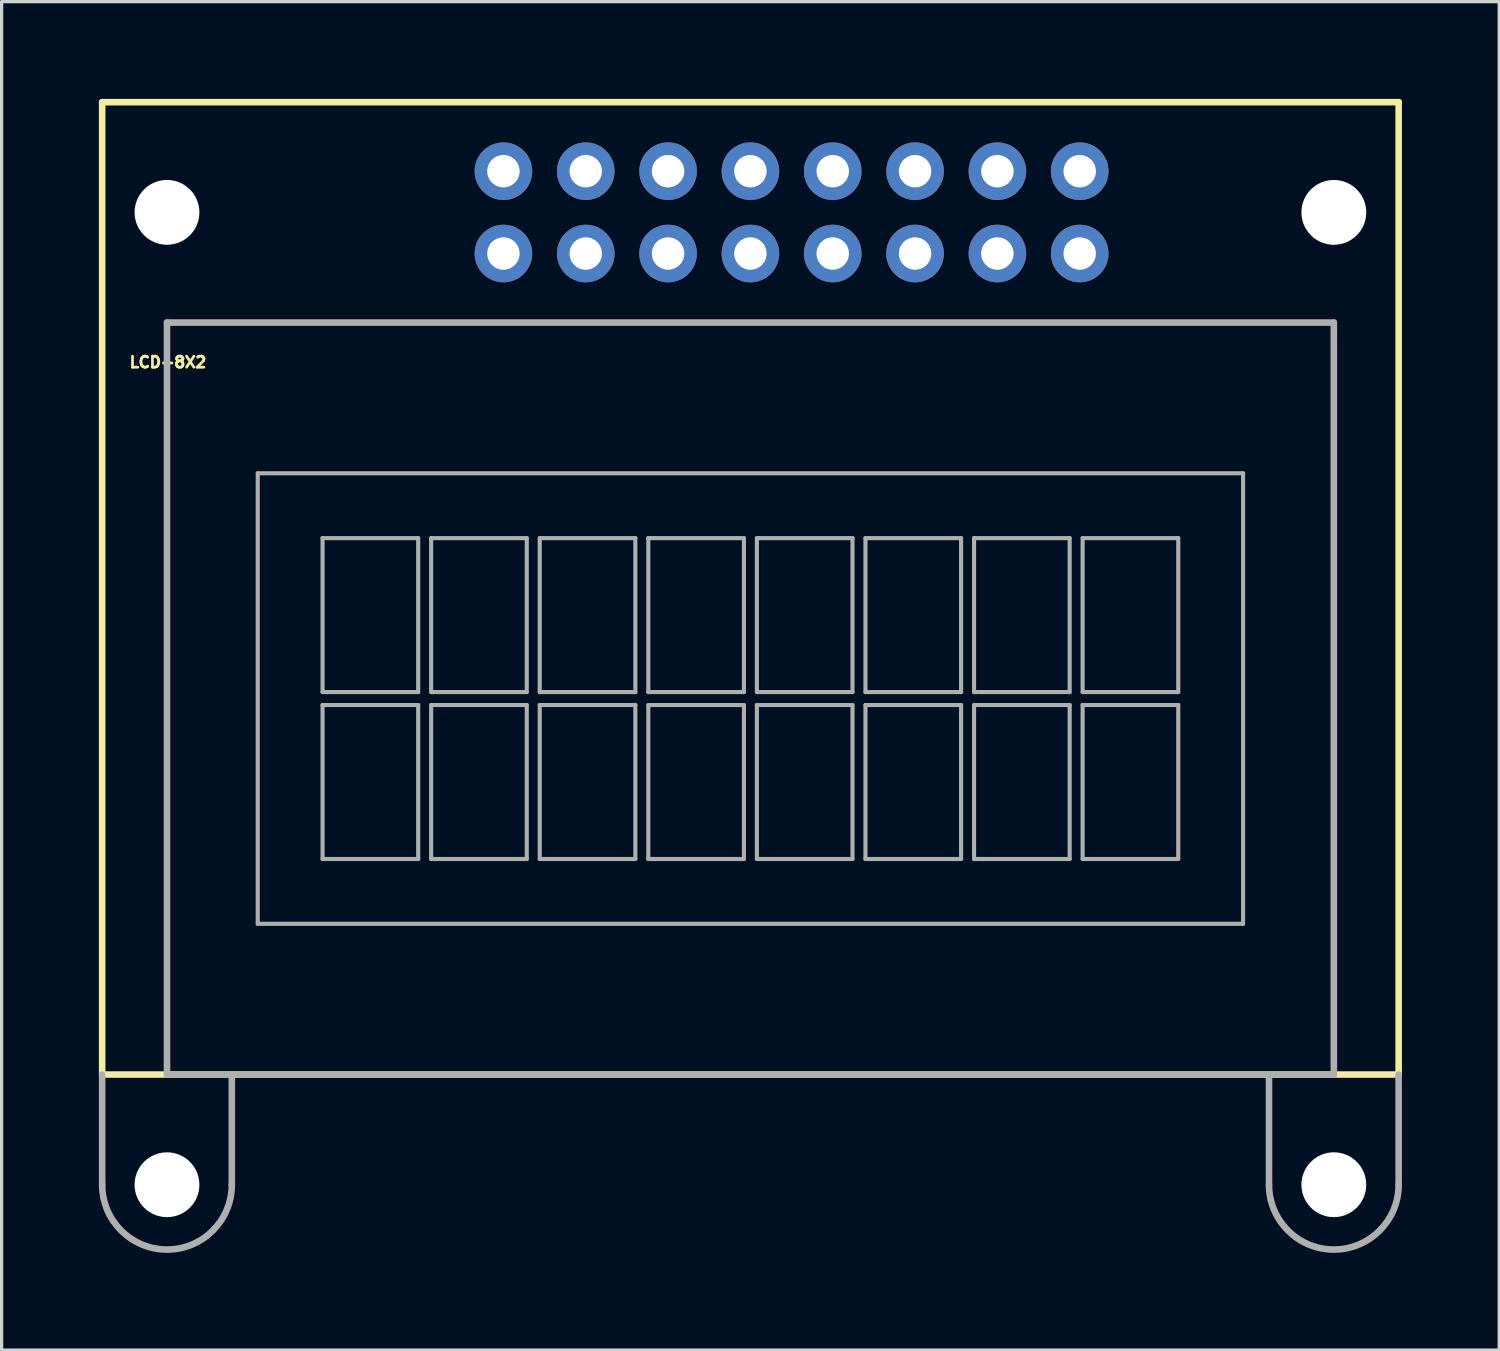
<source format=kicad_pcb>
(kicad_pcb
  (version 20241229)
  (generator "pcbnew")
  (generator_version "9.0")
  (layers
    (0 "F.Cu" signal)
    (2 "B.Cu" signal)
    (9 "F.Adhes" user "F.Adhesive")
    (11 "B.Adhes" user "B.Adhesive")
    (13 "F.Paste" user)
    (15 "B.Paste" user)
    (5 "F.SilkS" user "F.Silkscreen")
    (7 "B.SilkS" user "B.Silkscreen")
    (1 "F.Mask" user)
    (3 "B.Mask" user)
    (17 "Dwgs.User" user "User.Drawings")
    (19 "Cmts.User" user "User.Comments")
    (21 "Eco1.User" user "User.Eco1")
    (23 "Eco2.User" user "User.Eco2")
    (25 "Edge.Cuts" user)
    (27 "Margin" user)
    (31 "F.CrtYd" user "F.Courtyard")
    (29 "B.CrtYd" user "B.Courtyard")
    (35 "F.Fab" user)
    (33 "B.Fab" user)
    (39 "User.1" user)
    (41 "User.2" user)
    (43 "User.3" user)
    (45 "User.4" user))
  (footprint "LCD-8X2"
    (layer "F.Cu")
    (at 20.102 18.502)
    (property "Reference" "LCD-8X2" (at -17.971 -10.376 0) (layer "F.SilkS") (effects (font (size 0.34 0.34) (thickness 0.15))))
    (attr through_hole)
    (fp_line (start -20 -18.4) (end 20 -18.4) (stroke (width 0.203) (type solid)) (layer "F.SilkS"))
    (fp_line (start -20 11.6) (end -20 -18.4) (stroke (width 0.203) (type solid)) (layer "F.SilkS"))
    (fp_line (start 20 -18.4) (end 20 11.6) (stroke (width 0.203) (type solid)) (layer "F.SilkS"))
    (fp_line (start 20 11.6) (end -20 11.6) (stroke (width 0.203) (type solid)) (layer "F.SilkS"))
    (fp_line (start -20 15) (end -20 11.6) (stroke (width 0.203) (type solid)) (layer "F.Fab"))
    (fp_line (start -18 -11.6) (end -18 11.6) (stroke (width 0.203) (type solid)) (layer "F.Fab"))
    (fp_line (start -18 -11.6) (end 18 -11.6) (stroke (width 0.203) (type solid)) (layer "F.Fab"))
    (fp_line (start -18 11.6) (end 18 11.6) (stroke (width 0.203) (type solid)) (layer "F.Fab"))
    (fp_line (start -16 15) (end -16 11.6) (stroke (width 0.203) (type solid)) (layer "F.Fab"))
    (fp_line (start -15.2 -6.95) (end -15.2 6.95) (stroke (width 0.127) (type solid)) (layer "F.Fab"))
    (fp_line (start -15.2 6.95) (end 15.2 6.95) (stroke (width 0.127) (type solid)) (layer "F.Fab"))
    (fp_line (start -13.2 -4.95) (end -10.25 -4.95) (stroke (width 0.127) (type solid)) (layer "F.Fab"))
    (fp_line (start -13.2 -0.2) (end -13.2 -4.95) (stroke (width 0.127) (type solid)) (layer "F.Fab"))
    (fp_line (start -13.2 0.2) (end -13.2 4.95) (stroke (width 0.127) (type solid)) (layer "F.Fab"))
    (fp_line (start -13.2 4.95) (end -10.25 4.95) (stroke (width 0.127) (type solid)) (layer "F.Fab"))
    (fp_line (start -10.25 -4.95) (end -10.25 -0.2) (stroke (width 0.127) (type solid)) (layer "F.Fab"))
    (fp_line (start -10.25 -0.2) (end -13.2 -0.2) (stroke (width 0.127) (type solid)) (layer "F.Fab"))
    (fp_line (start -10.25 0.2) (end -13.2 0.2) (stroke (width 0.127) (type solid)) (layer "F.Fab"))
    (fp_line (start -10.25 4.95) (end -10.25 0.2) (stroke (width 0.127) (type solid)) (layer "F.Fab"))
    (fp_line (start -9.85 -4.95) (end -6.9 -4.95) (stroke (width 0.127) (type solid)) (layer "F.Fab"))
    (fp_line (start -9.85 -0.2) (end -9.85 -4.95) (stroke (width 0.127) (type solid)) (layer "F.Fab"))
    (fp_line (start -9.85 0.2) (end -9.85 4.95) (stroke (width 0.127) (type solid)) (layer "F.Fab"))
    (fp_line (start -9.85 4.95) (end -6.9 4.95) (stroke (width 0.127) (type solid)) (layer "F.Fab"))
    (fp_line (start -6.9 -4.95) (end -6.9 -0.2) (stroke (width 0.127) (type solid)) (layer "F.Fab"))
    (fp_line (start -6.9 -0.2) (end -9.85 -0.2) (stroke (width 0.127) (type solid)) (layer "F.Fab"))
    (fp_line (start -6.9 0.2) (end -9.85 0.2) (stroke (width 0.127) (type solid)) (layer "F.Fab"))
    (fp_line (start -6.9 4.95) (end -6.9 0.2) (stroke (width 0.127) (type solid)) (layer "F.Fab"))
    (fp_line (start -6.5 -4.95) (end -3.55 -4.95) (stroke (width 0.127) (type solid)) (layer "F.Fab"))
    (fp_line (start -6.5 -0.2) (end -6.5 -4.95) (stroke (width 0.127) (type solid)) (layer "F.Fab"))
    (fp_line (start -6.5 0.2) (end -6.5 4.95) (stroke (width 0.127) (type solid)) (layer "F.Fab"))
    (fp_line (start -6.5 4.95) (end -3.55 4.95) (stroke (width 0.127) (type solid)) (layer "F.Fab"))
    (fp_line (start -3.55 -4.95) (end -3.55 -0.2) (stroke (width 0.127) (type solid)) (layer "F.Fab"))
    (fp_line (start -3.55 -0.2) (end -6.5 -0.2) (stroke (width 0.127) (type solid)) (layer "F.Fab"))
    (fp_line (start -3.55 0.2) (end -6.5 0.2) (stroke (width 0.127) (type solid)) (layer "F.Fab"))
    (fp_line (start -3.55 4.95) (end -3.55 0.2) (stroke (width 0.127) (type solid)) (layer "F.Fab"))
    (fp_line (start -3.15 -4.95) (end -0.2 -4.95) (stroke (width 0.127) (type solid)) (layer "F.Fab"))
    (fp_line (start -3.15 -0.2) (end -3.15 -4.95) (stroke (width 0.127) (type solid)) (layer "F.Fab"))
    (fp_line (start -3.15 0.2) (end -3.15 4.95) (stroke (width 0.127) (type solid)) (layer "F.Fab"))
    (fp_line (start -3.15 4.95) (end -0.2 4.95) (stroke (width 0.127) (type solid)) (layer "F.Fab"))
    (fp_line (start -0.2 -4.95) (end -0.2 -0.2) (stroke (width 0.127) (type solid)) (layer "F.Fab"))
    (fp_line (start -0.2 -0.2) (end -3.15 -0.2) (stroke (width 0.127) (type solid)) (layer "F.Fab"))
    (fp_line (start -0.2 0.2) (end -3.15 0.2) (stroke (width 0.127) (type solid)) (layer "F.Fab"))
    (fp_line (start -0.2 4.95) (end -0.2 0.2) (stroke (width 0.127) (type solid)) (layer "F.Fab"))
    (fp_line (start 0.2 -4.95) (end 3.15 -4.95) (stroke (width 0.127) (type solid)) (layer "F.Fab"))
    (fp_line (start 0.2 -0.2) (end 0.2 -4.95) (stroke (width 0.127) (type solid)) (layer "F.Fab"))
    (fp_line (start 0.2 0.2) (end 0.2 4.95) (stroke (width 0.127) (type solid)) (layer "F.Fab"))
    (fp_line (start 0.2 4.95) (end 3.15 4.95) (stroke (width 0.127) (type solid)) (layer "F.Fab"))
    (fp_line (start 3.15 -4.95) (end 3.15 -0.2) (stroke (width 0.127) (type solid)) (layer "F.Fab"))
    (fp_line (start 3.15 -0.2) (end 0.2 -0.2) (stroke (width 0.127) (type solid)) (layer "F.Fab"))
    (fp_line (start 3.15 0.2) (end 0.2 0.2) (stroke (width 0.127) (type solid)) (layer "F.Fab"))
    (fp_line (start 3.15 4.95) (end 3.15 0.2) (stroke (width 0.127) (type solid)) (layer "F.Fab"))
    (fp_line (start 3.55 -4.95) (end 6.5 -4.95) (stroke (width 0.127) (type solid)) (layer "F.Fab"))
    (fp_line (start 3.55 -0.2) (end 3.55 -4.95) (stroke (width 0.127) (type solid)) (layer "F.Fab"))
    (fp_line (start 3.55 0.2) (end 3.55 4.95) (stroke (width 0.127) (type solid)) (layer "F.Fab"))
    (fp_line (start 3.55 4.95) (end 6.5 4.95) (stroke (width 0.127) (type solid)) (layer "F.Fab"))
    (fp_line (start 6.5 -4.95) (end 6.5 -0.2) (stroke (width 0.127) (type solid)) (layer "F.Fab"))
    (fp_line (start 6.5 -0.2) (end 3.55 -0.2) (stroke (width 0.127) (type solid)) (layer "F.Fab"))
    (fp_line (start 6.5 0.2) (end 3.55 0.2) (stroke (width 0.127) (type solid)) (layer "F.Fab"))
    (fp_line (start 6.5 4.95) (end 6.5 0.2) (stroke (width 0.127) (type solid)) (layer "F.Fab"))
    (fp_line (start 6.9 -4.95) (end 9.85 -4.95) (stroke (width 0.127) (type solid)) (layer "F.Fab"))
    (fp_line (start 6.9 -0.2) (end 6.9 -4.95) (stroke (width 0.127) (type solid)) (layer "F.Fab"))
    (fp_line (start 6.9 0.2) (end 6.9 4.95) (stroke (width 0.127) (type solid)) (layer "F.Fab"))
    (fp_line (start 6.9 4.95) (end 9.85 4.95) (stroke (width 0.127) (type solid)) (layer "F.Fab"))
    (fp_line (start 9.85 -4.95) (end 9.85 -0.2) (stroke (width 0.127) (type solid)) (layer "F.Fab"))
    (fp_line (start 9.85 -0.2) (end 6.9 -0.2) (stroke (width 0.127) (type solid)) (layer "F.Fab"))
    (fp_line (start 9.85 0.2) (end 6.9 0.2) (stroke (width 0.127) (type solid)) (layer "F.Fab"))
    (fp_line (start 9.85 4.95) (end 9.85 0.2) (stroke (width 0.127) (type solid)) (layer "F.Fab"))
    (fp_line (start 10.25 -4.95) (end 13.2 -4.95) (stroke (width 0.127) (type solid)) (layer "F.Fab"))
    (fp_line (start 10.25 -0.2) (end 10.25 -4.95) (stroke (width 0.127) (type solid)) (layer "F.Fab"))
    (fp_line (start 10.25 0.2) (end 10.25 4.95) (stroke (width 0.127) (type solid)) (layer "F.Fab"))
    (fp_line (start 10.25 4.95) (end 13.2 4.95) (stroke (width 0.127) (type solid)) (layer "F.Fab"))
    (fp_line (start 13.2 -4.95) (end 13.2 -0.2) (stroke (width 0.127) (type solid)) (layer "F.Fab"))
    (fp_line (start 13.2 -0.2) (end 10.25 -0.2) (stroke (width 0.127) (type solid)) (layer "F.Fab"))
    (fp_line (start 13.2 0.2) (end 10.25 0.2) (stroke (width 0.127) (type solid)) (layer "F.Fab"))
    (fp_line (start 13.2 4.95) (end 13.2 0.2) (stroke (width 0.127) (type solid)) (layer "F.Fab"))
    (fp_line (start 15.2 -6.95) (end -15.2 -6.95) (stroke (width 0.127) (type solid)) (layer "F.Fab"))
    (fp_line (start 15.2 6.95) (end 15.2 -6.95) (stroke (width 0.127) (type solid)) (layer "F.Fab"))
    (fp_line (start 16 15) (end 16 11.6) (stroke (width 0.203) (type solid)) (layer "F.Fab"))
    (fp_line (start 18 -11.6) (end 18 11.6) (stroke (width 0.203) (type solid)) (layer "F.Fab"))
    (fp_line (start 20 15) (end 20 11.6) (stroke (width 0.203) (type solid)) (layer "F.Fab"))
    (fp_arc (start -16 15) (mid -18 17) (end -20 15) (stroke (width 0.2032) (type solid)) (layer "F.Fab"))
    (fp_arc (start 20 15) (mid 18 17) (end 16 15) (stroke (width 0.2032) (type solid)) (layer "F.Fab"))
    (pad "" np_thru_hole circle (at -18 -15) (size 2 2) (drill 2) (layers "*.Cu" "*.Mask"))
    (pad "" np_thru_hole circle (at -18 15) (size 2 2) (drill 2) (layers "*.Cu" "*.Mask"))
    (pad "" np_thru_hole circle (at 18 -15) (size 2 2) (drill 2) (layers "*.Cu" "*.Mask"))
    (pad "" np_thru_hole circle (at 18 15) (size 2 2) (drill 2) (layers "*.Cu" "*.Mask"))
    (pad "1" thru_hole circle (at -7.62 -13.73) (size 1.778 1.778) (drill 1) (layers "*.Cu" "*.Mask"))
    (pad "2" thru_hole circle (at -7.62 -16.27) (size 1.778 1.778) (drill 1) (layers "*.Cu" "*.Mask"))
    (pad "3" thru_hole circle (at -5.08 -13.73) (size 1.778 1.778) (drill 1) (layers "*.Cu" "*.Mask"))
    (pad "4" thru_hole circle (at -5.08 -16.27) (size 1.778 1.778) (drill 1) (layers "*.Cu" "*.Mask"))
    (pad "5" thru_hole circle (at -2.54 -13.73) (size 1.778 1.778) (drill 1) (layers "*.Cu" "*.Mask"))
    (pad "6" thru_hole circle (at -2.54 -16.27) (size 1.778 1.778) (drill 1) (layers "*.Cu" "*.Mask"))
    (pad "7" thru_hole circle (at 0 -13.73) (size 1.778 1.778) (drill 1) (layers "*.Cu" "*.Mask"))
    (pad "8" thru_hole circle (at 0 -16.27) (size 1.778 1.778) (drill 1) (layers "*.Cu" "*.Mask"))
    (pad "9" thru_hole circle (at 2.54 -13.73) (size 1.778 1.778) (drill 1) (layers "*.Cu" "*.Mask"))
    (pad "10" thru_hole circle (at 2.54 -16.27) (size 1.778 1.778) (drill 1) (layers "*.Cu" "*.Mask"))
    (pad "11" thru_hole circle (at 5.08 -13.73) (size 1.778 1.778) (drill 1) (layers "*.Cu" "*.Mask"))
    (pad "12" thru_hole circle (at 5.08 -16.27) (size 1.778 1.778) (drill 1) (layers "*.Cu" "*.Mask"))
    (pad "13" thru_hole circle (at 7.62 -13.73) (size 1.778 1.778) (drill 1) (layers "*.Cu" "*.Mask"))
    (pad "14" thru_hole circle (at 7.62 -16.27) (size 1.778 1.778) (drill 1) (layers "*.Cu" "*.Mask"))
    (pad "15" thru_hole circle (at 10.16 -13.73) (size 1.778 1.778) (drill 1) (layers "*.Cu" "*.Mask"))
    (pad "16" thru_hole circle (at 10.16 -16.27) (size 1.778 1.778) (drill 1) (layers "*.Cu" "*.Mask")))
  (gr_rect
    (start -3 -3)
    (end 43.203 38.603)
    (stroke (width 0.1) (type default))
    (fill no)
    (layer "Edge.Cuts")))
</source>
